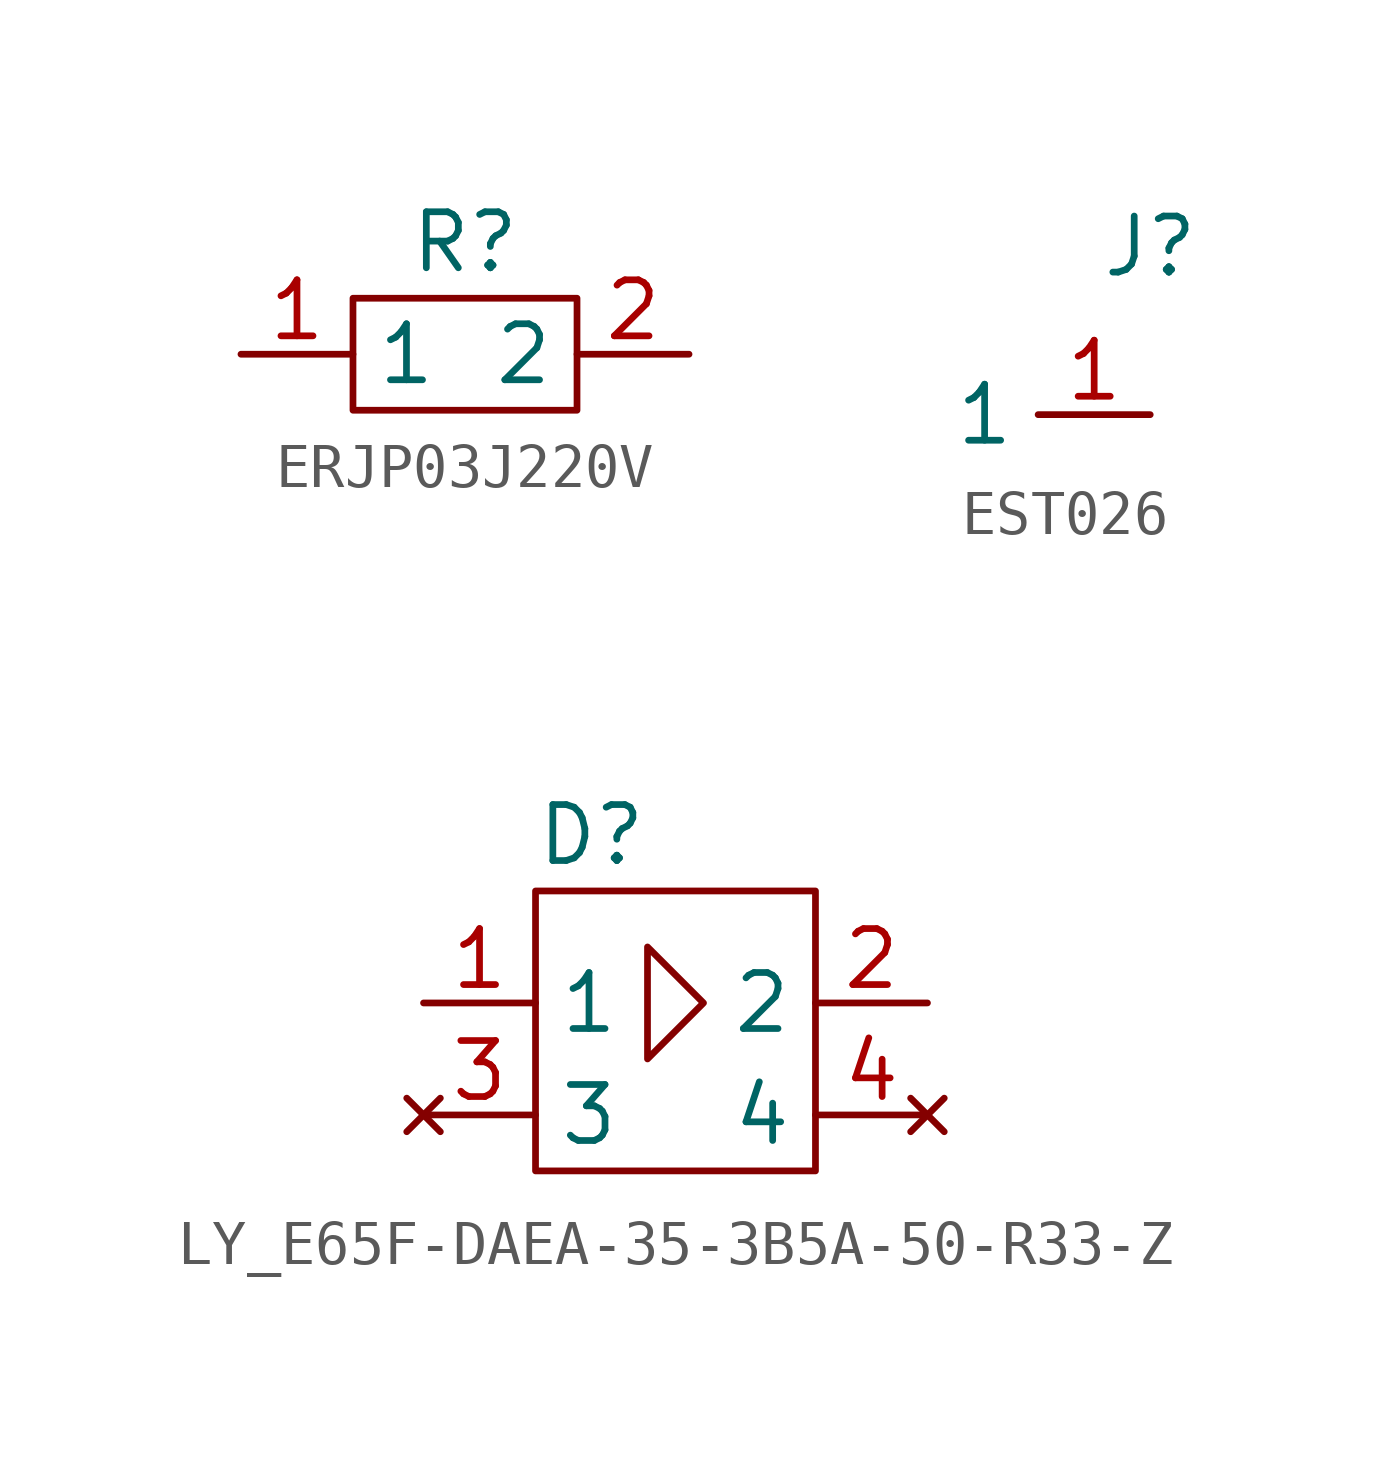
<source format=kicad_sym>
(kicad_symbol_lib
  (version 20220914)
  (generator kicad_symbol_editor)
  (symbol "ERJP03J220V"
    (property "Reference" "R"
      (at 0 2.54 0)
      (effects (font (size 1.27 1.27))))
    (property "Value" ""
      (at 0 0 0)
      (effects (font (size 1.27 1.27))))
    (symbol "ERJP03J220V_0_1"
      (rectangle (start -2.54 1.27) (end 2.54 -1.27) (stroke (width 0) (type default)) (fill (type none))))
    (symbol "ERJP03J220V_1_1"
      (pin bidirectional line (at -5.08 0 0) (length 2.54) (name "1" (effects (font (size 1.27 1.27)))) (number "1" (effects (font (size 1.27 1.27)))))
      (pin bidirectional line (at 5.08 0 180) (length 2.54) (name "2" (effects (font (size 1.27 1.27)))) (number "2" (effects (font (size 1.27 1.27)))))))
  (symbol "EST026"
    (property "Reference" "J"
      (at 0 0 0)
      (effects (font (size 1.27 1.27))))
    (property "Value" ""
      (at 0 0 0)
      (effects (font (size 1.27 1.27))))
    (symbol "EST026_1_1"
      (pin input line (at 0 -3.81 180) (length 2.54) (name "1" (effects (font (size 1.27 1.27)))) (number "1" (effects (font (size 1.27 1.27)))))))
  (symbol "LY_E65F-DAEA-35-3B5A-50-R33-Z"
    (property "Reference" "D"
      (at -1.27 3.81 0)
      (effects (font (size 1.27 1.27))))
    (property "Value" ""
      (at 0 0 0)
      (effects (font (size 1.27 1.27))))
    (symbol "LY_E65F-DAEA-35-3B5A-50-R33-Z_0_1"
      (rectangle (start -2.54 2.54) (end 3.81 -3.81) (stroke (width 0) (type default)) (fill (type none)))
      (polyline (pts (xy 1.27 0) (xy 0 -1.27) (xy 0 1.27) (xy 1.27 0)) (stroke (width 0) (type default)) (fill (type none))))
    (symbol "LY_E65F-DAEA-35-3B5A-50-R33-Z_1_1"
      (pin input line (at -5.08 0 0) (length 2.54) (name "1" (effects (font (size 1.27 1.27)))) (number "1" (effects (font (size 1.27 1.27)))))
      (pin input line (at 6.35 0 180) (length 2.54) (name "2" (effects (font (size 1.27 1.27)))) (number "2" (effects (font (size 1.27 1.27)))))
      (pin no_connect line (at -5.08 -2.54 0) (length 2.54) (name "3" (effects (font (size 1.27 1.27)))) (number "3" (effects (font (size 1.27 1.27)))))
      (pin no_connect line (at 6.35 -2.54 180) (length 2.54) (name "4" (effects (font (size 1.27 1.27)))) (number "4" (effects (font (size 1.27 1.27))))))))
</source>
